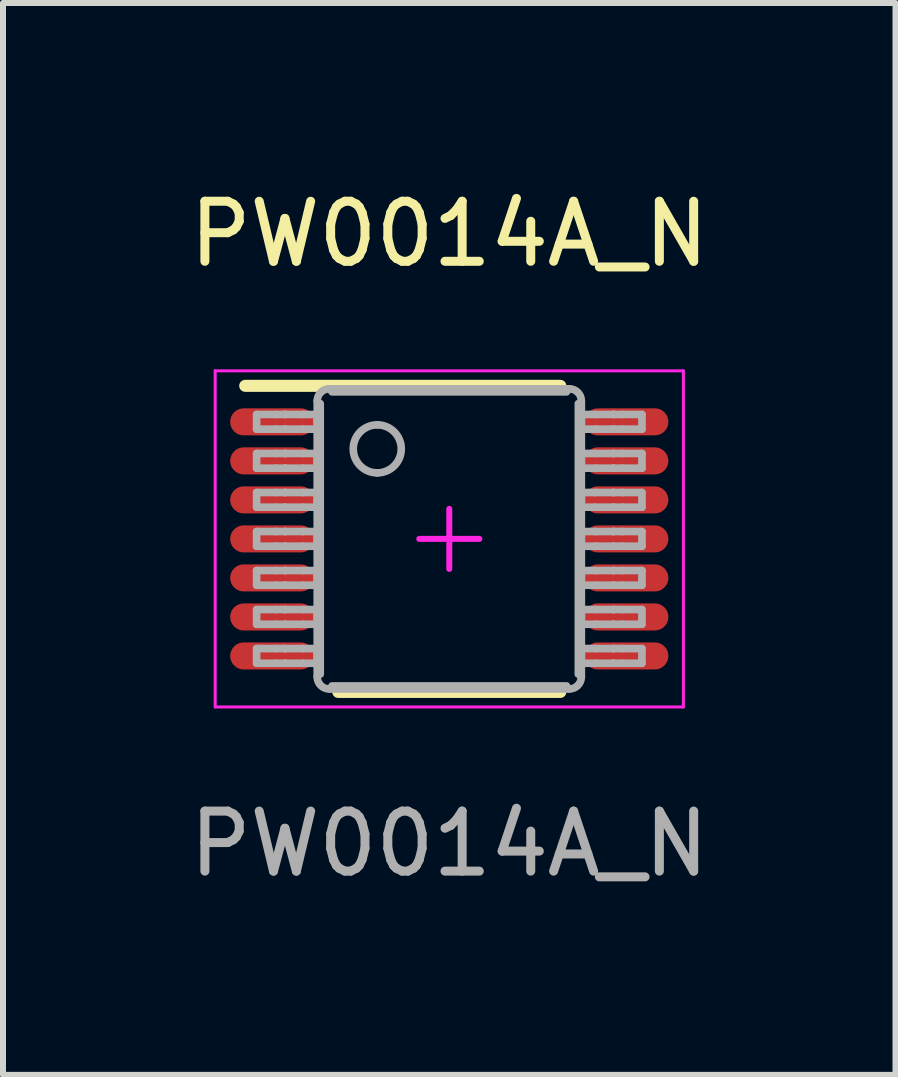
<source format=kicad_pcb>
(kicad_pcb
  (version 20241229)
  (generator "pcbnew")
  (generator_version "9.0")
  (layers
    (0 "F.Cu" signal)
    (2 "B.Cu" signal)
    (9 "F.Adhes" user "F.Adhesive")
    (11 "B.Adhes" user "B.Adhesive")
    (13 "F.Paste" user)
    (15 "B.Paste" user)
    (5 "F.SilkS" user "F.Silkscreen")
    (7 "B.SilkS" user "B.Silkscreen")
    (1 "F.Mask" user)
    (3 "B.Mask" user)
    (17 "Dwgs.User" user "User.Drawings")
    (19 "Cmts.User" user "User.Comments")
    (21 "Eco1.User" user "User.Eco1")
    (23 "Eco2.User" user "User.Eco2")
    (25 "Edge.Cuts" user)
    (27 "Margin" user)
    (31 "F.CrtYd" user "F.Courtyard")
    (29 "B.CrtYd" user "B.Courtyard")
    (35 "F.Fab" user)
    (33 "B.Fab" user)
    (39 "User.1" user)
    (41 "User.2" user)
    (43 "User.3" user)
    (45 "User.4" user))
  (footprint "PW0014A_N"
    (layer "F.Cu")
    (at 4.435 5.928)
    (property "Reference" "PW0014A_N" (at 0 -5.08 0) (unlocked yes) (layer "F.SilkS") (effects (font (size 1 1) (thickness 0.15))))
    (attr smd)
    (fp_line (start -3.4 -2.55) (end 1.85 -2.55) (stroke (width 0.2) (type solid)) (layer "F.SilkS"))
    (fp_line (start -1.85 2.55) (end 1.85 2.55) (stroke (width 0.2) (type solid)) (layer "F.SilkS"))
    (fp_line (start -3.9 -2.8) (end 3.9 -2.8) (stroke (width 0.05) (type solid)) (layer "F.CrtYd"))
    (fp_line (start -3.9 2.8) (end -3.9 -2.8) (stroke (width 0.05) (type solid)) (layer "F.CrtYd"))
    (fp_line (start -3.9 2.8) (end 3.9 2.8) (stroke (width 0.05) (type solid)) (layer "F.CrtYd"))
    (fp_line (start -0.5 0) (end 0.5 0) (stroke (width 0.1) (type solid)) (layer "F.CrtYd"))
    (fp_line (start -0.000003 0.5) (end -0.000003 -0.5) (stroke (width 0.1) (type solid)) (layer "F.CrtYd"))
    (fp_line (start 3.9 2.8) (end 3.9 -2.8) (stroke (width 0.05) (type solid)) (layer "F.CrtYd"))
    (fp_line (start -3.21 -2.073) (end -2.887 -2.073) (stroke (width 0.127) (type solid)) (layer "F.Fab"))
    (fp_line (start -3.21 -1.828) (end -3.21 -2.073) (stroke (width 0.127) (type solid)) (layer "F.Fab"))
    (fp_line (start -3.21 -1.828) (end -2.887 -1.828) (stroke (width 0.127) (type solid)) (layer "F.Fab"))
    (fp_line (start -3.21 -1.423) (end -2.887 -1.423) (stroke (width 0.127) (type solid)) (layer "F.Fab"))
    (fp_line (start -3.21 -1.178) (end -3.21 -1.423) (stroke (width 0.127) (type solid)) (layer "F.Fab"))
    (fp_line (start -3.21 -1.178) (end -2.887 -1.178) (stroke (width 0.127) (type solid)) (layer "F.Fab"))
    (fp_line (start -3.21 -0.773) (end -2.887 -0.773) (stroke (width 0.127) (type solid)) (layer "F.Fab"))
    (fp_line (start -3.21 -0.528) (end -3.21 -0.773) (stroke (width 0.127) (type solid)) (layer "F.Fab"))
    (fp_line (start -3.21 -0.528) (end -2.887 -0.528) (stroke (width 0.127) (type solid)) (layer "F.Fab"))
    (fp_line (start -3.21 -0.123) (end -2.887 -0.123) (stroke (width 0.127) (type solid)) (layer "F.Fab"))
    (fp_line (start -3.21 0.122) (end -3.21 -0.123) (stroke (width 0.127) (type solid)) (layer "F.Fab"))
    (fp_line (start -3.21 0.122) (end -2.887 0.122) (stroke (width 0.127) (type solid)) (layer "F.Fab"))
    (fp_line (start -3.21 0.527) (end -2.887 0.527) (stroke (width 0.127) (type solid)) (layer "F.Fab"))
    (fp_line (start -3.21 0.772) (end -3.21 0.527) (stroke (width 0.127) (type solid)) (layer "F.Fab"))
    (fp_line (start -3.21 0.772) (end -2.887 0.772) (stroke (width 0.127) (type solid)) (layer "F.Fab"))
    (fp_line (start -3.21 1.177) (end -2.887 1.177) (stroke (width 0.127) (type solid)) (layer "F.Fab"))
    (fp_line (start -3.21 1.422) (end -3.21 1.177) (stroke (width 0.127) (type solid)) (layer "F.Fab"))
    (fp_line (start -3.21 1.422) (end -2.887 1.422) (stroke (width 0.127) (type solid)) (layer "F.Fab"))
    (fp_line (start -3.21 1.827) (end -2.887 1.827) (stroke (width 0.127) (type solid)) (layer "F.Fab"))
    (fp_line (start -3.21 2.072) (end -3.21 1.827) (stroke (width 0.127) (type solid)) (layer "F.Fab"))
    (fp_line (start -3.21 2.072) (end -2.887 2.072) (stroke (width 0.127) (type solid)) (layer "F.Fab"))
    (fp_line (start -2.887 -2.073) (end -2.739 -2.073) (stroke (width 0.127) (type solid)) (layer "F.Fab"))
    (fp_line (start -2.887 -1.828) (end -2.739 -1.828) (stroke (width 0.127) (type solid)) (layer "F.Fab"))
    (fp_line (start -2.887 -1.423) (end -2.739 -1.423) (stroke (width 0.127) (type solid)) (layer "F.Fab"))
    (fp_line (start -2.887 -1.178) (end -2.739 -1.178) (stroke (width 0.127) (type solid)) (layer "F.Fab"))
    (fp_line (start -2.887 -0.773) (end -2.739 -0.773) (stroke (width 0.127) (type solid)) (layer "F.Fab"))
    (fp_line (start -2.887 -0.528) (end -2.739 -0.528) (stroke (width 0.127) (type solid)) (layer "F.Fab"))
    (fp_line (start -2.887 -0.123) (end -2.739 -0.123) (stroke (width 0.127) (type solid)) (layer "F.Fab"))
    (fp_line (start -2.887 0.122) (end -2.739 0.122) (stroke (width 0.127) (type solid)) (layer "F.Fab"))
    (fp_line (start -2.887 0.527) (end -2.739 0.527) (stroke (width 0.127) (type solid)) (layer "F.Fab"))
    (fp_line (start -2.887 0.772) (end -2.739 0.772) (stroke (width 0.127) (type solid)) (layer "F.Fab"))
    (fp_line (start -2.887 1.177) (end -2.739 1.177) (stroke (width 0.127) (type solid)) (layer "F.Fab"))
    (fp_line (start -2.887 1.422) (end -2.739 1.422) (stroke (width 0.127) (type solid)) (layer "F.Fab"))
    (fp_line (start -2.887 1.827) (end -2.739 1.827) (stroke (width 0.127) (type solid)) (layer "F.Fab"))
    (fp_line (start -2.887 2.072) (end -2.739 2.072) (stroke (width 0.127) (type solid)) (layer "F.Fab"))
    (fp_line (start -2.739 -2.073) (end -2.733 -2.073) (stroke (width 0.127) (type solid)) (layer "F.Fab"))
    (fp_line (start -2.739 -1.828) (end -2.733 -1.828) (stroke (width 0.127) (type solid)) (layer "F.Fab"))
    (fp_line (start -2.739 -1.423) (end -2.733 -1.423) (stroke (width 0.127) (type solid)) (layer "F.Fab"))
    (fp_line (start -2.739 -1.178) (end -2.733 -1.178) (stroke (width 0.127) (type solid)) (layer "F.Fab"))
    (fp_line (start -2.739 -0.773) (end -2.733 -0.773) (stroke (width 0.127) (type solid)) (layer "F.Fab"))
    (fp_line (start -2.739 -0.528) (end -2.733 -0.528) (stroke (width 0.127) (type solid)) (layer "F.Fab"))
    (fp_line (start -2.739 -0.123) (end -2.733 -0.123) (stroke (width 0.127) (type solid)) (layer "F.Fab"))
    (fp_line (start -2.739 0.122) (end -2.733 0.122) (stroke (width 0.127) (type solid)) (layer "F.Fab"))
    (fp_line (start -2.739 0.527) (end -2.733 0.527) (stroke (width 0.127) (type solid)) (layer "F.Fab"))
    (fp_line (start -2.739 0.772) (end -2.733 0.772) (stroke (width 0.127) (type solid)) (layer "F.Fab"))
    (fp_line (start -2.739 1.177) (end -2.733 1.177) (stroke (width 0.127) (type solid)) (layer "F.Fab"))
    (fp_line (start -2.739 1.422) (end -2.733 1.422) (stroke (width 0.127) (type solid)) (layer "F.Fab"))
    (fp_line (start -2.739 1.827) (end -2.733 1.827) (stroke (width 0.127) (type solid)) (layer "F.Fab"))
    (fp_line (start -2.739 2.072) (end -2.733 2.072) (stroke (width 0.127) (type solid)) (layer "F.Fab"))
    (fp_line (start -2.733 -2.073) (end -2.431 -2.073) (stroke (width 0.127) (type solid)) (layer "F.Fab"))
    (fp_line (start -2.733 -1.828) (end -2.431 -1.828) (stroke (width 0.127) (type solid)) (layer "F.Fab"))
    (fp_line (start -2.733 -1.423) (end -2.431 -1.423) (stroke (width 0.127) (type solid)) (layer "F.Fab"))
    (fp_line (start -2.733 -1.178) (end -2.431 -1.178) (stroke (width 0.127) (type solid)) (layer "F.Fab"))
    (fp_line (start -2.733 -0.773) (end -2.431 -0.773) (stroke (width 0.127) (type solid)) (layer "F.Fab"))
    (fp_line (start -2.733 -0.528) (end -2.431 -0.528) (stroke (width 0.127) (type solid)) (layer "F.Fab"))
    (fp_line (start -2.733 -0.123) (end -2.431 -0.123) (stroke (width 0.127) (type solid)) (layer "F.Fab"))
    (fp_line (start -2.733 0.122) (end -2.431 0.122) (stroke (width 0.127) (type solid)) (layer "F.Fab"))
    (fp_line (start -2.733 0.527) (end -2.431 0.527) (stroke (width 0.127) (type solid)) (layer "F.Fab"))
    (fp_line (start -2.733 0.772) (end -2.431 0.772) (stroke (width 0.127) (type solid)) (layer "F.Fab"))
    (fp_line (start -2.733 1.177) (end -2.431 1.177) (stroke (width 0.127) (type solid)) (layer "F.Fab"))
    (fp_line (start -2.733 1.422) (end -2.431 1.422) (stroke (width 0.127) (type solid)) (layer "F.Fab"))
    (fp_line (start -2.733 1.827) (end -2.431 1.827) (stroke (width 0.127) (type solid)) (layer "F.Fab"))
    (fp_line (start -2.733 2.072) (end -2.431 2.072) (stroke (width 0.127) (type solid)) (layer "F.Fab"))
    (fp_line (start -2.431 -2.073) (end -2.2 -2.073) (stroke (width 0.127) (type solid)) (layer "F.Fab"))
    (fp_line (start -2.431 -1.828) (end -2.2 -1.828) (stroke (width 0.127) (type solid)) (layer "F.Fab"))
    (fp_line (start -2.431 -1.423) (end -2.2 -1.423) (stroke (width 0.127) (type solid)) (layer "F.Fab"))
    (fp_line (start -2.431 -1.178) (end -2.2 -1.178) (stroke (width 0.127) (type solid)) (layer "F.Fab"))
    (fp_line (start -2.431 -0.773) (end -2.2 -0.773) (stroke (width 0.127) (type solid)) (layer "F.Fab"))
    (fp_line (start -2.431 -0.528) (end -2.2 -0.528) (stroke (width 0.127) (type solid)) (layer "F.Fab"))
    (fp_line (start -2.431 -0.123) (end -2.2 -0.123) (stroke (width 0.127) (type solid)) (layer "F.Fab"))
    (fp_line (start -2.431 0.122) (end -2.2 0.122) (stroke (width 0.127) (type solid)) (layer "F.Fab"))
    (fp_line (start -2.431 0.527) (end -2.2 0.527) (stroke (width 0.127) (type solid)) (layer "F.Fab"))
    (fp_line (start -2.431 0.772) (end -2.2 0.772) (stroke (width 0.127) (type solid)) (layer "F.Fab"))
    (fp_line (start -2.431 1.177) (end -2.2 1.177) (stroke (width 0.127) (type solid)) (layer "F.Fab"))
    (fp_line (start -2.431 1.422) (end -2.2 1.422) (stroke (width 0.127) (type solid)) (layer "F.Fab"))
    (fp_line (start -2.431 1.827) (end -2.2 1.827) (stroke (width 0.127) (type solid)) (layer "F.Fab"))
    (fp_line (start -2.431 2.072) (end -2.2 2.072) (stroke (width 0.127) (type solid)) (layer "F.Fab"))
    (fp_line (start -2.2 -1.828) (end -2.2 -2.073) (stroke (width 0.127) (type solid)) (layer "F.Fab"))
    (fp_line (start -2.2 -1.178) (end -2.2 -1.423) (stroke (width 0.127) (type solid)) (layer "F.Fab"))
    (fp_line (start -2.2 -0.528) (end -2.2 -0.773) (stroke (width 0.127) (type solid)) (layer "F.Fab"))
    (fp_line (start -2.2 0.122) (end -2.2 -0.123) (stroke (width 0.127) (type solid)) (layer "F.Fab"))
    (fp_line (start -2.2 0.772) (end -2.2 0.527) (stroke (width 0.127) (type solid)) (layer "F.Fab"))
    (fp_line (start -2.2 1.422) (end -2.2 1.177) (stroke (width 0.127) (type solid)) (layer "F.Fab"))
    (fp_line (start -2.2 2.072) (end -2.2 1.827) (stroke (width 0.127) (type solid)) (layer "F.Fab"))
    (fp_line (start -2.2 2.3) (end -2.2 -2.3) (stroke (width 0.127) (type solid)) (layer "F.Fab"))
    (fp_line (start -2.15 2.254) (end -2.15 -2.254) (stroke (width 0.127) (type solid)) (layer "F.Fab"))
    (fp_line (start -2 -2.5) (end 2 -2.5) (stroke (width 0.127) (type solid)) (layer "F.Fab"))
    (fp_line (start -2 2.5) (end 2 2.5) (stroke (width 0.127) (type solid)) (layer "F.Fab"))
    (fp_line (start -1.954 -2.45) (end 1.954 -2.45) (stroke (width 0.127) (type solid)) (layer "F.Fab"))
    (fp_line (start -1.954 2.45) (end 1.954 2.45) (stroke (width 0.127) (type solid)) (layer "F.Fab"))
    (fp_line (start 2.15 2.254) (end 2.15 -2.254) (stroke (width 0.127) (type solid)) (layer "F.Fab"))
    (fp_line (start 2.2 -2.073) (end 2.43 -2.073) (stroke (width 0.127) (type solid)) (layer "F.Fab"))
    (fp_line (start 2.2 -1.828) (end 2.2 -2.073) (stroke (width 0.127) (type solid)) (layer "F.Fab"))
    (fp_line (start 2.2 -1.828) (end 2.43 -1.828) (stroke (width 0.127) (type solid)) (layer "F.Fab"))
    (fp_line (start 2.2 -1.423) (end 2.43 -1.423) (stroke (width 0.127) (type solid)) (layer "F.Fab"))
    (fp_line (start 2.2 -1.178) (end 2.2 -1.423) (stroke (width 0.127) (type solid)) (layer "F.Fab"))
    (fp_line (start 2.2 -1.178) (end 2.43 -1.178) (stroke (width 0.127) (type solid)) (layer "F.Fab"))
    (fp_line (start 2.2 -0.773) (end 2.43 -0.773) (stroke (width 0.127) (type solid)) (layer "F.Fab"))
    (fp_line (start 2.2 -0.528) (end 2.2 -0.773) (stroke (width 0.127) (type solid)) (layer "F.Fab"))
    (fp_line (start 2.2 -0.528) (end 2.43 -0.528) (stroke (width 0.127) (type solid)) (layer "F.Fab"))
    (fp_line (start 2.2 -0.123) (end 2.43 -0.123) (stroke (width 0.127) (type solid)) (layer "F.Fab"))
    (fp_line (start 2.2 0.122) (end 2.2 -0.123) (stroke (width 0.127) (type solid)) (layer "F.Fab"))
    (fp_line (start 2.2 0.122) (end 2.43 0.122) (stroke (width 0.127) (type solid)) (layer "F.Fab"))
    (fp_line (start 2.2 0.527) (end 2.43 0.527) (stroke (width 0.127) (type solid)) (layer "F.Fab"))
    (fp_line (start 2.2 0.772) (end 2.2 0.527) (stroke (width 0.127) (type solid)) (layer "F.Fab"))
    (fp_line (start 2.2 0.772) (end 2.43 0.772) (stroke (width 0.127) (type solid)) (layer "F.Fab"))
    (fp_line (start 2.2 1.177) (end 2.43 1.177) (stroke (width 0.127) (type solid)) (layer "F.Fab"))
    (fp_line (start 2.2 1.422) (end 2.2 1.177) (stroke (width 0.127) (type solid)) (layer "F.Fab"))
    (fp_line (start 2.2 1.422) (end 2.43 1.422) (stroke (width 0.127) (type solid)) (layer "F.Fab"))
    (fp_line (start 2.2 1.827) (end 2.43 1.827) (stroke (width 0.127) (type solid)) (layer "F.Fab"))
    (fp_line (start 2.2 2.072) (end 2.2 1.827) (stroke (width 0.127) (type solid)) (layer "F.Fab"))
    (fp_line (start 2.2 2.072) (end 2.43 2.072) (stroke (width 0.127) (type solid)) (layer "F.Fab"))
    (fp_line (start 2.2 2.3) (end 2.2 -2.3) (stroke (width 0.127) (type solid)) (layer "F.Fab"))
    (fp_line (start 2.43 -2.073) (end 2.733 -2.073) (stroke (width 0.127) (type solid)) (layer "F.Fab"))
    (fp_line (start 2.43 -1.828) (end 2.733 -1.828) (stroke (width 0.127) (type solid)) (layer "F.Fab"))
    (fp_line (start 2.43 -1.423) (end 2.733 -1.423) (stroke (width 0.127) (type solid)) (layer "F.Fab"))
    (fp_line (start 2.43 -1.178) (end 2.733 -1.178) (stroke (width 0.127) (type solid)) (layer "F.Fab"))
    (fp_line (start 2.43 -0.773) (end 2.733 -0.773) (stroke (width 0.127) (type solid)) (layer "F.Fab"))
    (fp_line (start 2.43 -0.528) (end 2.733 -0.528) (stroke (width 0.127) (type solid)) (layer "F.Fab"))
    (fp_line (start 2.43 -0.123) (end 2.733 -0.123) (stroke (width 0.127) (type solid)) (layer "F.Fab"))
    (fp_line (start 2.43 0.122) (end 2.733 0.122) (stroke (width 0.127) (type solid)) (layer "F.Fab"))
    (fp_line (start 2.43 0.527) (end 2.733 0.527) (stroke (width 0.127) (type solid)) (layer "F.Fab"))
    (fp_line (start 2.43 0.772) (end 2.733 0.772) (stroke (width 0.127) (type solid)) (layer "F.Fab"))
    (fp_line (start 2.43 1.177) (end 2.733 1.177) (stroke (width 0.127) (type solid)) (layer "F.Fab"))
    (fp_line (start 2.43 1.422) (end 2.733 1.422) (stroke (width 0.127) (type solid)) (layer "F.Fab"))
    (fp_line (start 2.43 1.827) (end 2.733 1.827) (stroke (width 0.127) (type solid)) (layer "F.Fab"))
    (fp_line (start 2.43 2.072) (end 2.733 2.072) (stroke (width 0.127) (type solid)) (layer "F.Fab"))
    (fp_line (start 2.733 -2.073) (end 2.739 -2.073) (stroke (width 0.127) (type solid)) (layer "F.Fab"))
    (fp_line (start 2.733 -1.828) (end 2.739 -1.828) (stroke (width 0.127) (type solid)) (layer "F.Fab"))
    (fp_line (start 2.733 -1.423) (end 2.739 -1.423) (stroke (width 0.127) (type solid)) (layer "F.Fab"))
    (fp_line (start 2.733 -1.178) (end 2.739 -1.178) (stroke (width 0.127) (type solid)) (layer "F.Fab"))
    (fp_line (start 2.733 -0.773) (end 2.739 -0.773) (stroke (width 0.127) (type solid)) (layer "F.Fab"))
    (fp_line (start 2.733 -0.528) (end 2.739 -0.528) (stroke (width 0.127) (type solid)) (layer "F.Fab"))
    (fp_line (start 2.733 -0.123) (end 2.739 -0.123) (stroke (width 0.127) (type solid)) (layer "F.Fab"))
    (fp_line (start 2.733 0.122) (end 2.739 0.122) (stroke (width 0.127) (type solid)) (layer "F.Fab"))
    (fp_line (start 2.733 0.527) (end 2.739 0.527) (stroke (width 0.127) (type solid)) (layer "F.Fab"))
    (fp_line (start 2.733 0.772) (end 2.739 0.772) (stroke (width 0.127) (type solid)) (layer "F.Fab"))
    (fp_line (start 2.733 1.177) (end 2.739 1.177) (stroke (width 0.127) (type solid)) (layer "F.Fab"))
    (fp_line (start 2.733 1.422) (end 2.739 1.422) (stroke (width 0.127) (type solid)) (layer "F.Fab"))
    (fp_line (start 2.733 1.827) (end 2.739 1.827) (stroke (width 0.127) (type solid)) (layer "F.Fab"))
    (fp_line (start 2.733 2.072) (end 2.739 2.072) (stroke (width 0.127) (type solid)) (layer "F.Fab"))
    (fp_line (start 2.739 -2.073) (end 2.887 -2.073) (stroke (width 0.127) (type solid)) (layer "F.Fab"))
    (fp_line (start 2.739 -1.828) (end 2.887 -1.828) (stroke (width 0.127) (type solid)) (layer "F.Fab"))
    (fp_line (start 2.739 -1.423) (end 2.887 -1.423) (stroke (width 0.127) (type solid)) (layer "F.Fab"))
    (fp_line (start 2.739 -1.178) (end 2.887 -1.178) (stroke (width 0.127) (type solid)) (layer "F.Fab"))
    (fp_line (start 2.739 -0.773) (end 2.887 -0.773) (stroke (width 0.127) (type solid)) (layer "F.Fab"))
    (fp_line (start 2.739 -0.528) (end 2.887 -0.528) (stroke (width 0.127) (type solid)) (layer "F.Fab"))
    (fp_line (start 2.739 -0.123) (end 2.887 -0.123) (stroke (width 0.127) (type solid)) (layer "F.Fab"))
    (fp_line (start 2.739 0.122) (end 2.887 0.122) (stroke (width 0.127) (type solid)) (layer "F.Fab"))
    (fp_line (start 2.739 0.527) (end 2.887 0.527) (stroke (width 0.127) (type solid)) (layer "F.Fab"))
    (fp_line (start 2.739 0.772) (end 2.887 0.772) (stroke (width 0.127) (type solid)) (layer "F.Fab"))
    (fp_line (start 2.739 1.177) (end 2.887 1.177) (stroke (width 0.127) (type solid)) (layer "F.Fab"))
    (fp_line (start 2.739 1.422) (end 2.887 1.422) (stroke (width 0.127) (type solid)) (layer "F.Fab"))
    (fp_line (start 2.739 1.827) (end 2.887 1.827) (stroke (width 0.127) (type solid)) (layer "F.Fab"))
    (fp_line (start 2.739 2.072) (end 2.887 2.072) (stroke (width 0.127) (type solid)) (layer "F.Fab"))
    (fp_line (start 2.887 -2.073) (end 3.21 -2.073) (stroke (width 0.127) (type solid)) (layer "F.Fab"))
    (fp_line (start 2.887 -1.828) (end 3.21 -1.828) (stroke (width 0.127) (type solid)) (layer "F.Fab"))
    (fp_line (start 2.887 -1.423) (end 3.21 -1.423) (stroke (width 0.127) (type solid)) (layer "F.Fab"))
    (fp_line (start 2.887 -1.178) (end 3.21 -1.178) (stroke (width 0.127) (type solid)) (layer "F.Fab"))
    (fp_line (start 2.887 -0.773) (end 3.21 -0.773) (stroke (width 0.127) (type solid)) (layer "F.Fab"))
    (fp_line (start 2.887 -0.528) (end 3.21 -0.528) (stroke (width 0.127) (type solid)) (layer "F.Fab"))
    (fp_line (start 2.887 -0.123) (end 3.21 -0.123) (stroke (width 0.127) (type solid)) (layer "F.Fab"))
    (fp_line (start 2.887 0.122) (end 3.21 0.122) (stroke (width 0.127) (type solid)) (layer "F.Fab"))
    (fp_line (start 2.887 0.527) (end 3.21 0.527) (stroke (width 0.127) (type solid)) (layer "F.Fab"))
    (fp_line (start 2.887 0.772) (end 3.21 0.772) (stroke (width 0.127) (type solid)) (layer "F.Fab"))
    (fp_line (start 2.887 1.177) (end 3.21 1.177) (stroke (width 0.127) (type solid)) (layer "F.Fab"))
    (fp_line (start 2.887 1.422) (end 3.21 1.422) (stroke (width 0.127) (type solid)) (layer "F.Fab"))
    (fp_line (start 2.887 1.827) (end 3.21 1.827) (stroke (width 0.127) (type solid)) (layer "F.Fab"))
    (fp_line (start 2.887 2.072) (end 3.21 2.072) (stroke (width 0.127) (type solid)) (layer "F.Fab"))
    (fp_line (start 3.21 -1.828) (end 3.21 -2.073) (stroke (width 0.127) (type solid)) (layer "F.Fab"))
    (fp_line (start 3.21 -1.178) (end 3.21 -1.423) (stroke (width 0.127) (type solid)) (layer "F.Fab"))
    (fp_line (start 3.21 -0.528) (end 3.21 -0.773) (stroke (width 0.127) (type solid)) (layer "F.Fab"))
    (fp_line (start 3.21 0.122) (end 3.21 -0.123) (stroke (width 0.127) (type solid)) (layer "F.Fab"))
    (fp_line (start 3.21 0.772) (end 3.21 0.527) (stroke (width 0.127) (type solid)) (layer "F.Fab"))
    (fp_line (start 3.21 1.422) (end 3.21 1.177) (stroke (width 0.127) (type solid)) (layer "F.Fab"))
    (fp_line (start 3.21 2.072) (end 3.21 1.827) (stroke (width 0.127) (type solid)) (layer "F.Fab"))
    (fp_arc (start -2.200001 -2.3) (mid -2.141422 -2.441421) (end -2.000001 -2.5) (stroke (width 0.127) (type solid)) (layer "F.Fab"))
    (fp_arc (start -2.000001 2.49999) (mid -2.141422 2.441412) (end -2.200001 2.29999) (stroke (width 0.127) (type solid)) (layer "F.Fab"))
    (fp_arc (start -1.200003 -1.900001) (mid -0.800003 -1.500002) (end -1.200003 -1.100003) (stroke (width 0.127) (type solid)) (layer "F.Fab"))
    (fp_arc (start -1.200003 -1.100003) (mid -1.600002 -1.500002) (end -1.200003 -1.900001) (stroke (width 0.127) (type solid)) (layer "F.Fab"))
    (fp_arc (start 1.999991 -2.5) (mid 2.141412 -2.441422) (end 2.199991 -2.3) (stroke (width 0.127) (type solid)) (layer "F.Fab"))
    (fp_arc (start 2.199991 2.29999) (mid 2.141412 2.441411) (end 1.999991 2.49999) (stroke (width 0.127) (type solid)) (layer "F.Fab"))
    (fp_text user "${REFERENCE}" (at 0 5.08 0) (unlocked yes) (layer "F.Fab") (effects (font (size 1 1) (thickness 0.15))))
    (pad "1" smd oval (at -2.95 -1.95 90) (size 0.45 1.4) (layers "F.Cu" "F.Mask" "F.Paste"))
    (pad "2" smd oval (at -2.95 -1.3 90) (size 0.45 1.4) (layers "F.Cu" "F.Mask" "F.Paste"))
    (pad "3" smd oval (at -2.95 -0.65 90) (size 0.45 1.4) (layers "F.Cu" "F.Mask" "F.Paste"))
    (pad "4" smd oval (at -2.95 0 90) (size 0.45 1.4) (layers "F.Cu" "F.Mask" "F.Paste"))
    (pad "5" smd oval (at -2.95 0.65 90) (size 0.45 1.4) (layers "F.Cu" "F.Mask" "F.Paste"))
    (pad "6" smd oval (at -2.95 1.3 90) (size 0.45 1.4) (layers "F.Cu" "F.Mask" "F.Paste"))
    (pad "7" smd oval (at -2.95 1.95 90) (size 0.45 1.4) (layers "F.Cu" "F.Mask" "F.Paste"))
    (pad "8" smd oval (at 2.95 1.95 90) (size 0.45 1.4) (layers "F.Cu" "F.Mask" "F.Paste"))
    (pad "9" smd oval (at 2.95 1.3 90) (size 0.45 1.4) (layers "F.Cu" "F.Mask" "F.Paste"))
    (pad "10" smd oval (at 2.95 0.65 90) (size 0.45 1.4) (layers "F.Cu" "F.Mask" "F.Paste"))
    (pad "11" smd oval (at 2.95 0 90) (size 0.45 1.4) (layers "F.Cu" "F.Mask" "F.Paste"))
    (pad "12" smd oval (at 2.95 -0.65 90) (size 0.45 1.4) (layers "F.Cu" "F.Mask" "F.Paste"))
    (pad "13" smd oval (at 2.95 -1.3 90) (size 0.45 1.4) (layers "F.Cu" "F.Mask" "F.Paste"))
    (pad "14" smd oval (at 2.95 -1.95 90) (size 0.45 1.4) (layers "F.Cu" "F.Mask" "F.Paste")))
  (gr_rect
    (start -3 -3)
    (end 11.869 14.857)
    (stroke (width 0.1) (type default))
    (fill no)
    (layer "Edge.Cuts")))
</source>
